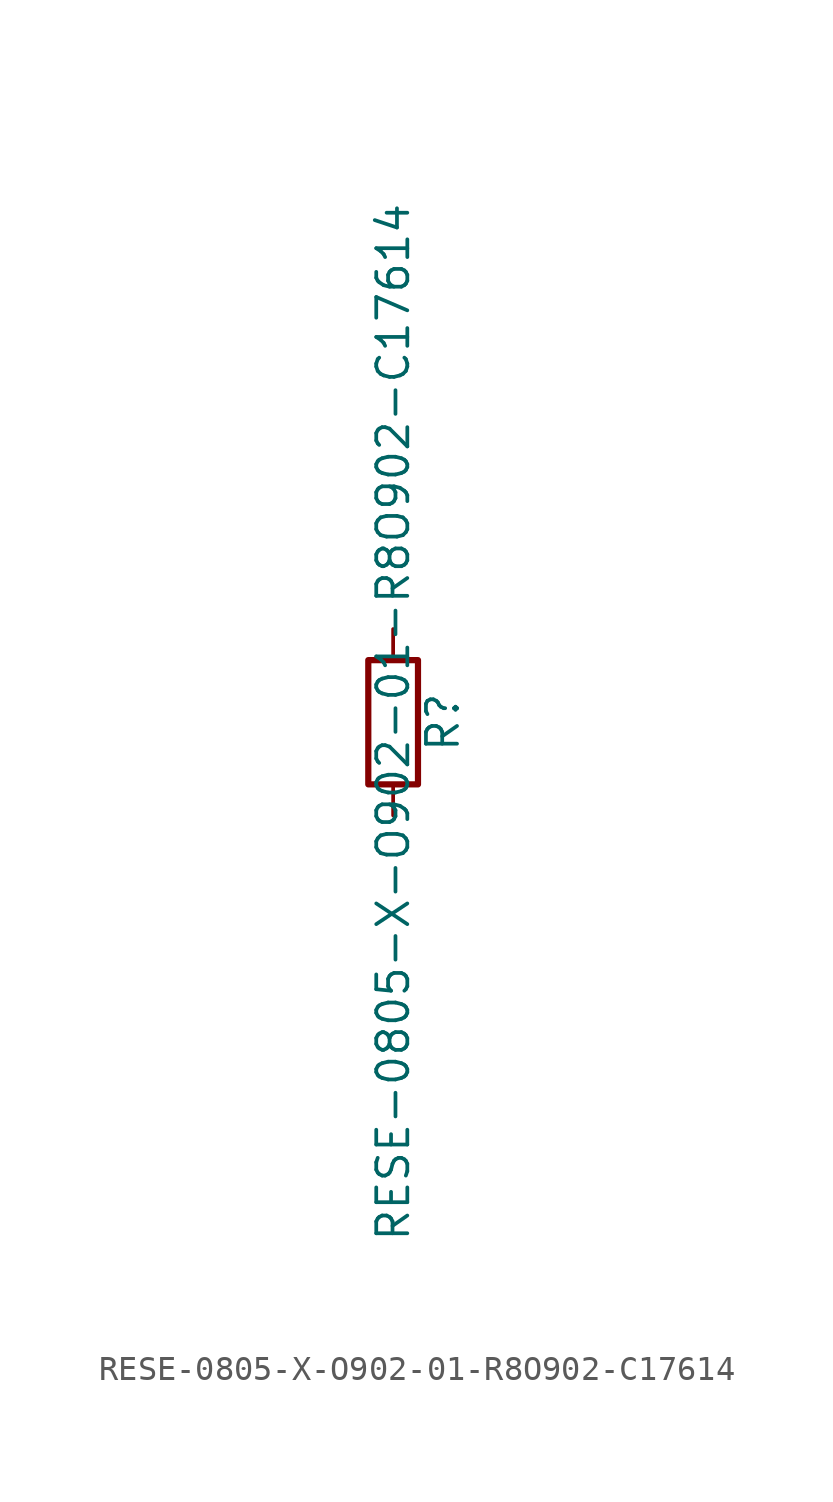
<source format=kicad_sym>
(kicad_symbol_lib
  (version 20211014)
  (generator kicad_symbol_editor)
  (symbol "RESE-0805-X-O902-01-R8O902-C17614"
    (pin_numbers hide)
    (pin_names
      (offset 0))
    (property "Reference" "R"
      (at 2.032 0 90)
      (effects (font (size 1.27 1.27))))
    (property "Value" "RESE-0805-X-O902-01-R8O902-C17614"
      (at 0 0 90)
      (effects (font (size 1.27 1.27))))
    (symbol "RESE-0805-X-O902-01-R8O902-C17614_0_1"
      (rectangle (start -1.016 -2.54) (end 1.016 2.54) (stroke (width 0.254) (type default) (color 0 0 0 0)) (fill (type none))))
    (symbol "RESE-0805-X-O902-01-R8O902-C17614_1_1"
      (pin passive line (at 0 3.81 270) (length 1.27) (name "~" (effects (font (size 1.27 1.27)))) (number "1" (effects (font (size 1.27 1.27)))))
      (pin passive line (at 0 -3.81 90) (length 1.27) (name "~" (effects (font (size 1.27 1.27)))) (number "2" (effects (font (size 1.27 1.27))))))))
</source>
